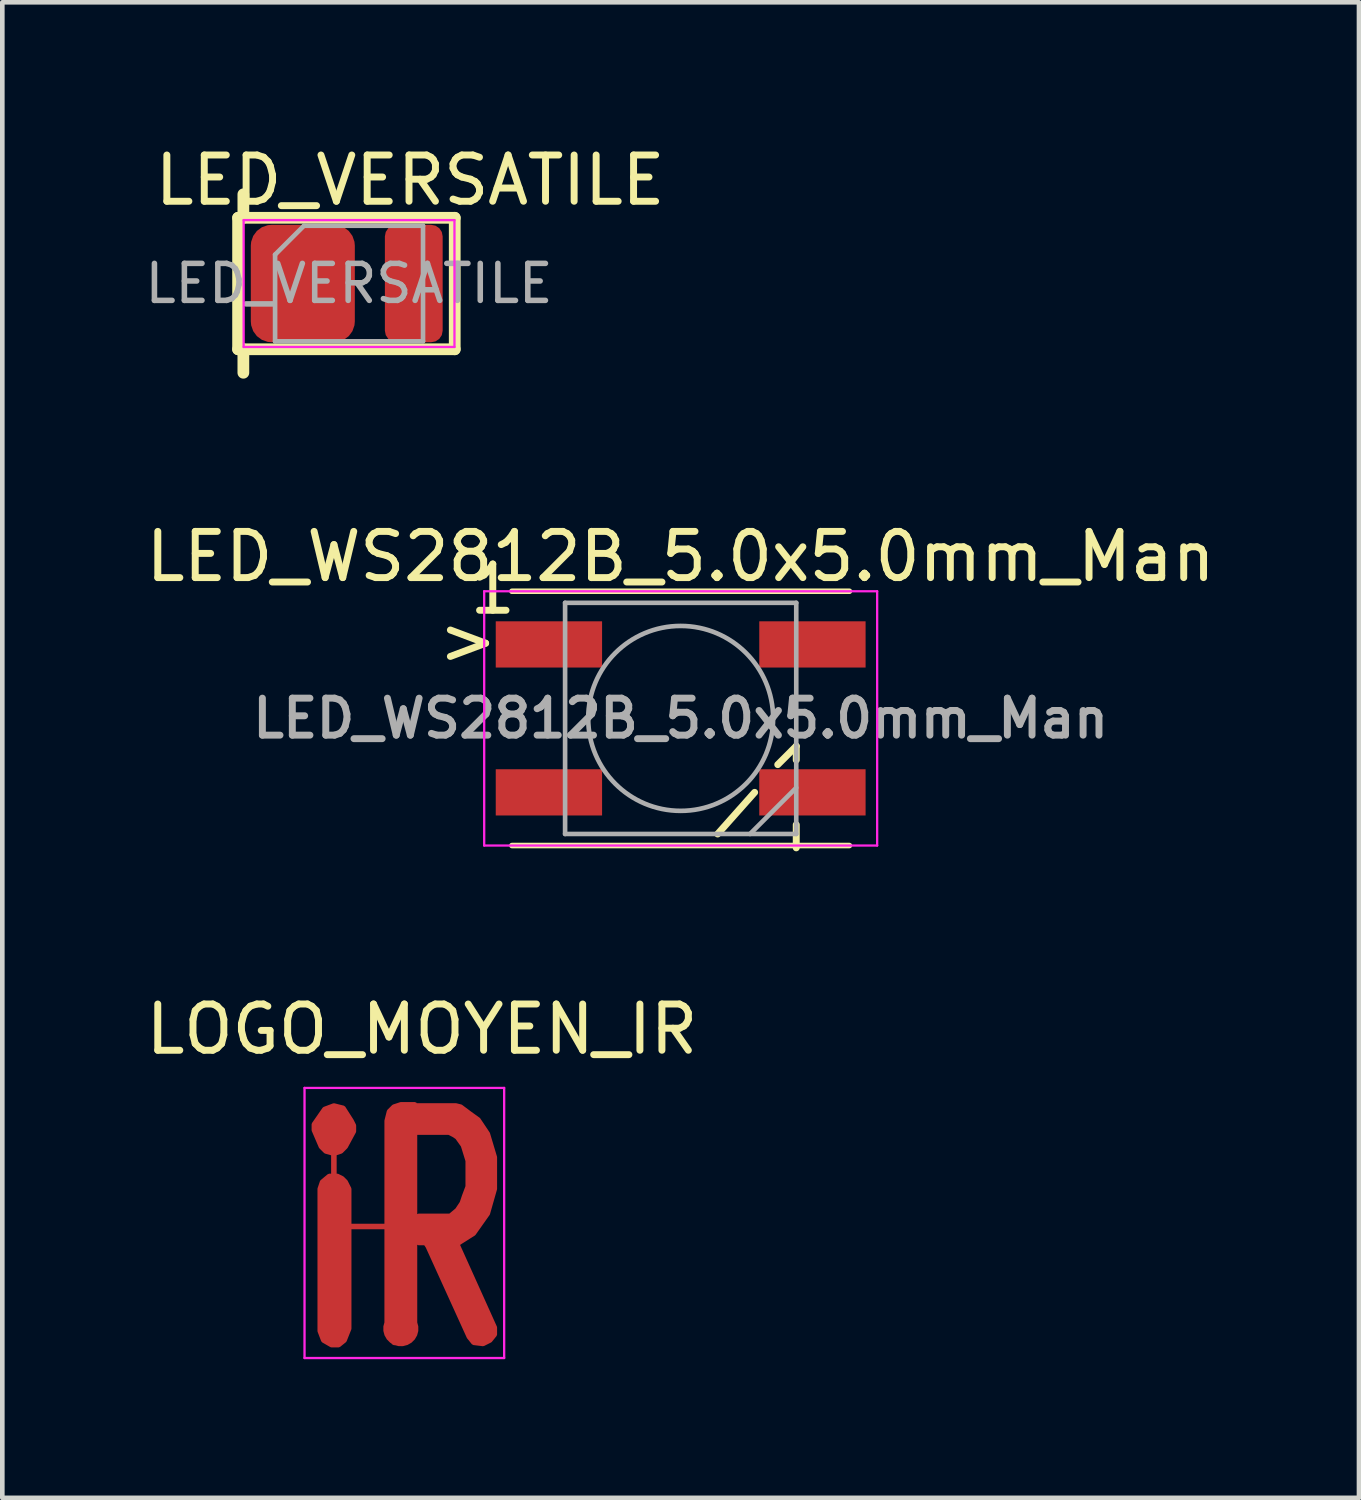
<source format=kicad_pcb>
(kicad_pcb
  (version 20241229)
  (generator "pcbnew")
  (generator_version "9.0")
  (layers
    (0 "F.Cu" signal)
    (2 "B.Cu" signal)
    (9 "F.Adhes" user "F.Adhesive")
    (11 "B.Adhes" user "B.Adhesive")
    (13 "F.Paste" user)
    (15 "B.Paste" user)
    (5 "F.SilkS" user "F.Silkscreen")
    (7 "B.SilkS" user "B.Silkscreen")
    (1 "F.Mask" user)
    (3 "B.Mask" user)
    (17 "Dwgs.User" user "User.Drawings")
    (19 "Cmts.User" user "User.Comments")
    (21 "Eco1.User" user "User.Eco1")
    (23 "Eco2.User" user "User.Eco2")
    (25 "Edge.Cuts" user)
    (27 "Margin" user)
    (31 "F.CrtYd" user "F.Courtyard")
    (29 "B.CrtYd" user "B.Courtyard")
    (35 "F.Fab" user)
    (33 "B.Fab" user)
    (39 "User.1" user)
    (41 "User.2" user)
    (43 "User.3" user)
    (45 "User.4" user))
  (footprint "LED_WS2812B_5.0x5.0mm_Man"
    (layer "F.Cu")
    (at 11.673 12.489)
    (property "Reference" "LED_WS2812B_5.0x5.0mm_Man" (at 0 -3.5 0) (layer "F.SilkS") (effects (font (size 1 1) (thickness 0.15))))
    (attr smd)
    (fp_line (start -3.65 -2.75) (end 3.65 -2.75) (stroke (width 0.12) (type solid)) (layer "F.SilkS"))
    (fp_line (start -3.65 2.75) (end 3.65 2.75) (stroke (width 0.12) (type solid)) (layer "F.SilkS"))
    (fp_line (start 0.8 2.5) (end 1.6 1.6) (stroke (width 0.15) (type solid)) (layer "F.SilkS"))
    (fp_line (start 2.1 1) (end 2.5 0.6) (stroke (width 0.15) (type solid)) (layer "F.SilkS"))
    (fp_line (start 2.5 0.6) (end 2.5 0.9) (stroke (width 0.15) (type solid)) (layer "F.SilkS"))
    (fp_line (start 2.5 2.8) (end 2.5 2.3) (stroke (width 0.15) (type solid)) (layer "F.SilkS"))
    (fp_line (start -4.25 -2.75) (end -4.25 2.75) (stroke (width 0.05) (type solid)) (layer "F.CrtYd"))
    (fp_line (start -4.25 2.75) (end 4.25 2.75) (stroke (width 0.05) (type solid)) (layer "F.CrtYd"))
    (fp_line (start 4.25 -2.75) (end -4.25 -2.75) (stroke (width 0.05) (type solid)) (layer "F.CrtYd"))
    (fp_line (start 4.25 2.75) (end 4.25 -2.75) (stroke (width 0.05) (type solid)) (layer "F.CrtYd"))
    (fp_line (start -2.5 -2.5) (end -2.5 2.5) (stroke (width 0.1) (type solid)) (layer "F.Fab"))
    (fp_line (start -2.5 2.5) (end 2.5 2.5) (stroke (width 0.1) (type solid)) (layer "F.Fab"))
    (fp_line (start 2.5 -2.5) (end -2.5 -2.5) (stroke (width 0.1) (type solid)) (layer "F.Fab"))
    (fp_line (start 2.5 1.5) (end 1.5 2.5) (stroke (width 0.1) (type solid)) (layer "F.Fab"))
    (fp_line (start 2.5 2.5) (end 2.5 -2.5) (stroke (width 0.1) (type solid)) (layer "F.Fab"))
    (fp_circle (center 0 0) (end 0 -2) (stroke (width 0.1) (type solid)) (fill no) (layer "F.Fab"))
    (fp_text user ">" (at -4.6 -1.7 0) (layer "F.SilkS") (effects (font (size 1 1) (thickness 0.15))))
    (fp_text user "1" (at -4.064 -2.794 0) (layer "F.SilkS") (effects (font (size 1 1) (thickness 0.15))))
    (fp_text user "${REFERENCE}" (at 0 0 0) (layer "F.Fab") (effects (font (size 0.8 0.8) (thickness 0.15))))
    (pad "1" smd rect (at -2.85 -1.6) (size 2.3 1) (layers "F.Cu" "F.Mask" "F.Paste"))
    (pad "2" smd rect (at -2.85 1.6) (size 2.3 1) (layers "F.Cu" "F.Mask" "F.Paste"))
    (pad "3" smd rect (at 2.85 1.6) (size 2.3 1) (layers "F.Cu" "F.Mask" "F.Paste"))
    (pad "4" smd rect (at 2.85 -1.6) (size 2.3 1) (layers "F.Cu" "F.Mask" "F.Paste")))
  (footprint "LOGO_MOYEN_IR"
    (layer "F.Cu")
    (at 5.696 23.403)
    (property "Reference" "LOGO_MOYEN_IR" (at 0.381 -4.191 0) (layer "F.SilkS") (effects (font (size 1 1) (thickness 0.15))))
    (attr smd)
    (fp_poly (pts (xy 0.229 2.337) (xy 0.178 2.489) (xy 0.051 2.591) (xy -0.051 2.616) (xy -0.229 2.591) (xy -0.356 2.438) (xy -0.381 2.311) (xy -0.381 -2.21) (xy -0.33 -2.413) (xy -0.229 -2.515) (xy -0.076 -2.565) (xy 0.229 -2.565)) (stroke (width 0.1) (type solid)) (fill yes) (layer "F.Mask"))
    (fp_poly (pts (xy -1.346 -0.965) (xy -1.27 -0.889) (xy -1.194 -0.737) (xy -1.194 2.286) (xy -1.295 2.54) (xy -1.422 2.642) (xy -1.575 2.642) (xy -1.753 2.54) (xy -1.829 2.337) (xy -1.829 -0.737) (xy -1.778 -0.889) (xy -1.626 -1.016) (xy -1.448 -1.016)) (stroke (width 0.1) (type solid)) (fill yes) (layer "F.Mask"))
    (fp_poly (pts (xy -1.321 -2.489) (xy -1.143 -2.21) (xy -1.092 -2.108) (xy -1.092 -1.981) (xy -1.27 -1.651) (xy -1.372 -1.549) (xy -1.524 -1.499) (xy -1.702 -1.549) (xy -1.803 -1.651) (xy -1.956 -2.007) (xy -1.956 -2.134) (xy -1.727 -2.464) (xy -1.524 -2.54)) (stroke (width 0.1) (type solid)) (fill yes) (layer "F.Mask"))
    (fp_poly (pts (xy 1.219 -2.515) (xy 1.422 -2.362) (xy 1.6 -2.235) (xy 1.803 -1.93) (xy 1.956 -1.422) (xy 1.956 -0.737) (xy 1.803 -0.203) (xy 1.499 0.229) (xy 1.219 0.406) (xy 1.143 0.457) (xy 1.956 2.261) (xy 1.956 2.413) (xy 1.854 2.54) (xy 1.702 2.616) (xy 1.499 2.591) (xy 1.397 2.464) (xy 0.508 0.508) (xy 0.457 0.432) (xy 0.305 0.432) (xy 0.305 -0.152) (xy 0.991 -0.152) (xy 1.143 -0.279) (xy 1.245 -0.432) (xy 1.295 -0.584) (xy 1.372 -0.787) (xy 1.372 -1.346) (xy 1.27 -1.676) (xy 1.143 -1.854) (xy 1.067 -1.905) (xy 0.965 -1.956) (xy 0.229 -1.956) (xy 0.229 -2.54) (xy 1.118 -2.54)) (stroke (width 0.1) (type solid)) (fill yes) (layer "F.Mask"))
    (fp_line (start -2.159 -2.921) (end 2.159 -2.921) (stroke (width 0.05) (type solid)) (layer "F.CrtYd"))
    (fp_line (start -2.159 2.921) (end -2.159 -2.921) (stroke (width 0.05) (type solid)) (layer "F.CrtYd"))
    (fp_line (start -2.159 2.921) (end 2.159 2.921) (stroke (width 0.05) (type solid)) (layer "F.CrtYd"))
    (fp_line (start 2.159 -2.921) (end 2.159 2.921) (stroke (width 0.05) (type solid)) (layer "F.CrtYd"))
    (pad "1" smd custom (at -0.076 2.286) (size 0.762 0.762) (layers "F.Cu") (options (anchor circle)) (primitives (gr_poly (pts (xy 0.305 0.051) (xy 0.254 0.203) (xy 0.127 0.305) (xy 0.025 0.33) (xy -0.152 0.305) (xy -0.279 0.152) (xy -0.305 0.025) (xy -0.305 -4.496) (xy -0.254 -4.699) (xy -0.152 -4.801) (xy 0 -4.851) (xy 0.305 -4.851)) (width 0.1) (fill yes)) (gr_poly (pts (xy -1.27 -3.251) (xy -1.194 -3.175) (xy -1.118 -3.023) (xy -1.118 0) (xy -1.219 0.254) (xy -1.346 0.356) (xy -1.499 0.356) (xy -1.676 0.254) (xy -1.753 0.051) (xy -1.753 -3.023) (xy -1.702 -3.175) (xy -1.549 -3.302) (xy -1.372 -3.302)) (width 0.1) (fill yes)) (gr_poly (pts (xy -1.27 -3.251) (xy -1.194 -3.175) (xy -1.118 -3.023) (xy -1.118 0) (xy -1.219 0.254) (xy -1.346 0.356) (xy -1.499 0.356) (xy -1.676 0.254) (xy -1.753 0.051) (xy -1.753 -3.023) (xy -1.702 -3.175) (xy -1.549 -3.302) (xy -1.372 -3.302)) (width 0.1) (fill yes)) (gr_poly (pts (xy -1.245 -4.775) (xy -1.067 -4.496) (xy -1.016 -4.394) (xy -1.016 -4.267) (xy -1.194 -3.937) (xy -1.295 -3.835) (xy -1.448 -3.785) (xy -1.626 -3.835) (xy -1.727 -3.937) (xy -1.88 -4.293) (xy -1.88 -4.42) (xy -1.651 -4.75) (xy -1.448 -4.826)) (width 0.1) (fill yes)) (gr_poly (pts (xy 1.295 -4.801) (xy 1.499 -4.648) (xy 1.676 -4.521) (xy 1.88 -4.216) (xy 2.032 -3.708) (xy 2.032 -3.023) (xy 1.88 -2.489) (xy 1.575 -2.057) (xy 1.295 -1.88) (xy 1.219 -1.829) (xy 2.032 -0.025) (xy 2.032 0.127) (xy 1.93 0.254) (xy 1.778 0.33) (xy 1.575 0.305) (xy 1.473 0.178) (xy 0.584 -1.778) (xy 0.533 -1.854) (xy 0.381 -1.854) (xy 0.381 -2.438) (xy 1.067 -2.438) (xy 1.219 -2.565) (xy 1.321 -2.718) (xy 1.372 -2.87) (xy 1.448 -3.073) (xy 1.448 -3.632) (xy 1.346 -3.962) (xy 1.219 -4.14) (xy 1.143 -4.191) (xy 1.041 -4.242) (xy 0.305 -4.242) (xy 0.305 -4.826) (xy 1.194 -4.826)) (width 0.1) (fill yes)) (gr_poly (pts (xy -1.245 -4.775) (xy -1.067 -4.496) (xy -1.016 -4.394) (xy -1.016 -4.267) (xy -1.194 -3.937) (xy -1.295 -3.835) (xy -1.448 -3.785) (xy -1.626 -3.835) (xy -1.727 -3.937) (xy -1.88 -4.293) (xy -1.88 -4.42) (xy -1.651 -4.75) (xy -1.448 -4.826)) (width 0.1) (fill yes)) (gr_poly (pts (xy 1.295 -4.801) (xy 1.499 -4.648) (xy 1.676 -4.521) (xy 1.88 -4.216) (xy 2.032 -3.708) (xy 2.032 -3.023) (xy 1.88 -2.489) (xy 1.575 -2.057) (xy 1.295 -1.88) (xy 1.219 -1.829) (xy 2.032 -0.025) (xy 2.032 0.127) (xy 1.93 0.254) (xy 1.778 0.33) (xy 1.575 0.305) (xy 1.473 0.178) (xy 0.584 -1.778) (xy 0.533 -1.854) (xy 0.381 -1.854) (xy 0.381 -2.438) (xy 1.067 -2.438) (xy 1.219 -2.565) (xy 1.321 -2.718) (xy 1.372 -2.87) (xy 1.448 -3.073) (xy 1.448 -3.632) (xy 1.346 -3.962) (xy 1.219 -4.14) (xy 1.143 -4.191) (xy 1.041 -4.242) (xy 0.305 -4.242) (xy 0.305 -4.826) (xy 1.194 -4.826)) (width 0.1) (fill yes)) (gr_poly (pts (xy 0.305 0.051) (xy 0.254 0.203) (xy 0.127 0.305) (xy 0.025 0.33) (xy -0.152 0.305) (xy -0.279 0.152) (xy -0.305 0.025) (xy -0.305 -4.496) (xy -0.254 -4.699) (xy -0.152 -4.801) (xy 0 -4.851) (xy 0.305 -4.851)) (width 0.1) (fill yes)) (gr_line (start -1.448 -3.835) (end -1.448 -3.226) (width 0.12)) (gr_line (start -1.219 -2.21) (end 0.051 -2.21) (width 0.12)))))
  (footprint "LED_VERSATILE"
    (layer "F.Cu")
    (at 4.5 3.083)
    (property "Reference" "LED_VERSATILE" (at 1.321 -2.235 0) (layer "F.SilkS") (effects (font (size 1 1) (thickness 0.15))))
    (attr smd)
    (fp_line (start -2.4 -1.422) (end -2.4 1.422) (stroke (width 0.254) (type solid)) (layer "F.SilkS"))
    (fp_line (start -2.4 1.422) (end 2.286 1.422) (stroke (width 0.254) (type solid)) (layer "F.SilkS"))
    (fp_line (start -2.286 -1.422) (end -2.286 -1.93) (stroke (width 0.254) (type solid)) (layer "F.SilkS"))
    (fp_line (start -2.286 1.422) (end -2.286 1.93) (stroke (width 0.254) (type solid)) (layer "F.SilkS"))
    (fp_line (start 2.286 -1.422) (end -2.4 -1.422) (stroke (width 0.254) (type solid)) (layer "F.SilkS"))
    (fp_line (start 2.286 1.422) (end 2.286 -1.422) (stroke (width 0.254) (type solid)) (layer "F.SilkS"))
    (fp_line (start -2.28 -1.372) (end 2.28 -1.372) (stroke (width 0.05) (type solid)) (layer "F.CrtYd"))
    (fp_line (start -2.28 1.372) (end -2.28 -1.372) (stroke (width 0.05) (type solid)) (layer "F.CrtYd"))
    (fp_line (start 2.28 -1.372) (end 2.28 1.372) (stroke (width 0.05) (type solid)) (layer "F.CrtYd"))
    (fp_line (start 2.28 1.372) (end -2.28 1.372) (stroke (width 0.05) (type solid)) (layer "F.CrtYd"))
    (fp_line (start -1.6 -0.625) (end -1.6 1.25) (stroke (width 0.1) (type solid)) (layer "F.Fab"))
    (fp_line (start -1.6 1.25) (end 1.6 1.25) (stroke (width 0.1) (type solid)) (layer "F.Fab"))
    (fp_line (start -0.975 -1.25) (end -1.6 -0.625) (stroke (width 0.1) (type solid)) (layer "F.Fab"))
    (fp_line (start 1.6 -1.25) (end -0.975 -1.25) (stroke (width 0.1) (type solid)) (layer "F.Fab"))
    (fp_line (start 1.6 1.25) (end 1.6 -1.25) (stroke (width 0.1) (type solid)) (layer "F.Fab"))
    (fp_text user "${REFERENCE}" (at 0 0 0) (layer "F.Fab") (effects (font (size 0.8 0.8) (thickness 0.12))))
    (pad "1" smd roundrect (at -1 0) (size 2.25 2.54) (layers "F.Cu" "F.Mask" "F.Paste") (roundrect_rratio 0.2))
    (pad "2" smd roundrect (at 1.4 0) (size 1.25 2.54) (layers "F.Cu" "F.Mask" "F.Paste") (roundrect_rratio 0.2)))
  (gr_rect
    (start -3 -3)
    (end 26.345 29.349)
    (stroke (width 0.1) (type default))
    (fill no)
    (layer "Edge.Cuts")))
</source>
